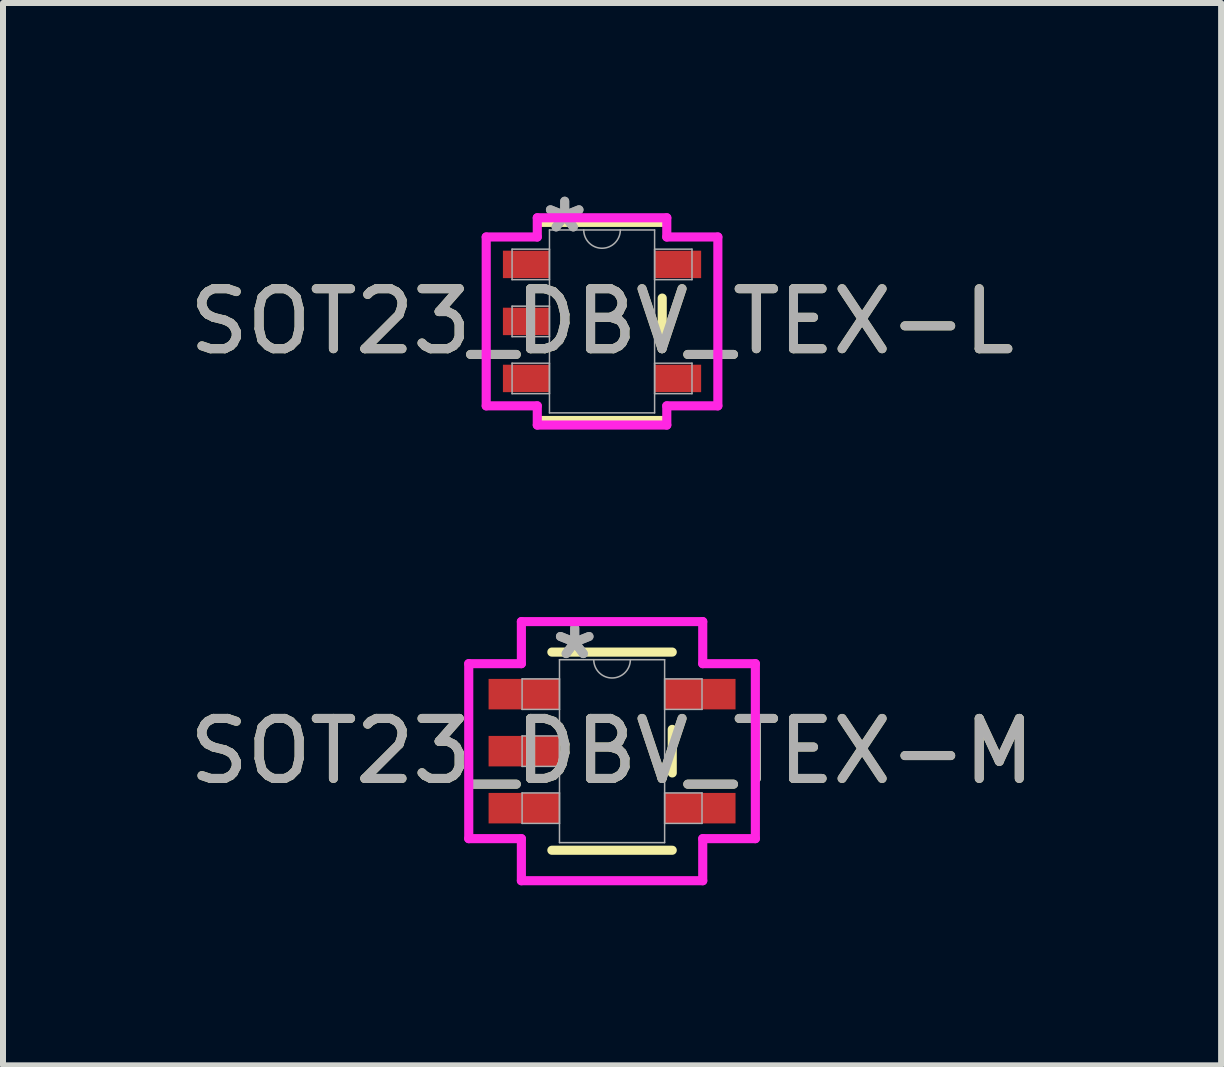
<source format=kicad_pcb>
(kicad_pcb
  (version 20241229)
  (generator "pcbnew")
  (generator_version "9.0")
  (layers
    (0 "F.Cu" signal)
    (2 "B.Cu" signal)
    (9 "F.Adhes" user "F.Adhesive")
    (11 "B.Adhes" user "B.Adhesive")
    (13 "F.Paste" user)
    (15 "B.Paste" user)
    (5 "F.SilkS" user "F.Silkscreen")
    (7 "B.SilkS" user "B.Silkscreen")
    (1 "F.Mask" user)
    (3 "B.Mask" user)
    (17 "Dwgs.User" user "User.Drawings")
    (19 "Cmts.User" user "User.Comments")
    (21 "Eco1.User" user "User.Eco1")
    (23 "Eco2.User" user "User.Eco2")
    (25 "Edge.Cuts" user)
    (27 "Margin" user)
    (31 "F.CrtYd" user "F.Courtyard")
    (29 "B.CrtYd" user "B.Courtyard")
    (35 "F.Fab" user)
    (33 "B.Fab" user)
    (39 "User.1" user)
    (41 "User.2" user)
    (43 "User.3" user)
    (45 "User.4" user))
  (footprint "SOT23_DBV_TEX-M"
    (layer "F.Cu")
    (at 7.149 9.467)
    (property "Reference" "SOT23_DBV_TEX-M" (at 0 0 0) (unlocked yes) (layer "F.SilkS") (effects (font (size 1 1) (thickness 0.15))))
    (attr smd)
    (fp_line (start -1.003 1.651) (end 1.003 1.651) (stroke (width 0.152) (type solid)) (layer "F.SilkS"))
    (fp_line (start 1.003 -1.651) (end -1.003 -1.651) (stroke (width 0.152) (type solid)) (layer "F.SilkS"))
    (fp_line (start 1.003 0.363) (end 1.003 -0.363) (stroke (width 0.152) (type solid)) (layer "F.SilkS"))
    (fp_line (start -2.388 -1.458) (end -1.511 -1.458) (stroke (width 0.152) (type solid)) (layer "F.CrtYd"))
    (fp_line (start -2.388 1.458) (end -2.388 -1.458) (stroke (width 0.152) (type solid)) (layer "F.CrtYd"))
    (fp_line (start -1.511 -2.159) (end 1.511 -2.159) (stroke (width 0.152) (type solid)) (layer "F.CrtYd"))
    (fp_line (start -1.511 -1.458) (end -1.511 -2.159) (stroke (width 0.152) (type solid)) (layer "F.CrtYd"))
    (fp_line (start -1.511 1.458) (end -2.388 1.458) (stroke (width 0.152) (type solid)) (layer "F.CrtYd"))
    (fp_line (start -1.511 2.159) (end -1.511 1.458) (stroke (width 0.152) (type solid)) (layer "F.CrtYd"))
    (fp_line (start 1.511 -2.159) (end 1.511 -1.458) (stroke (width 0.152) (type solid)) (layer "F.CrtYd"))
    (fp_line (start 1.511 -1.458) (end 2.388 -1.458) (stroke (width 0.152) (type solid)) (layer "F.CrtYd"))
    (fp_line (start 1.511 1.458) (end 1.511 2.159) (stroke (width 0.152) (type solid)) (layer "F.CrtYd"))
    (fp_line (start 1.511 2.159) (end -1.511 2.159) (stroke (width 0.152) (type solid)) (layer "F.CrtYd"))
    (fp_line (start 2.388 -1.458) (end 2.388 1.458) (stroke (width 0.152) (type solid)) (layer "F.CrtYd"))
    (fp_line (start 2.388 1.458) (end 1.511 1.458) (stroke (width 0.152) (type solid)) (layer "F.CrtYd"))
    (fp_line (start -1.499 -1.204) (end -1.499 -0.696) (stroke (width 0.025) (type solid)) (layer "F.Fab"))
    (fp_line (start -1.499 -0.696) (end -0.876 -0.696) (stroke (width 0.025) (type solid)) (layer "F.Fab"))
    (fp_line (start -1.499 -0.254) (end -1.499 0.254) (stroke (width 0.025) (type solid)) (layer "F.Fab"))
    (fp_line (start -1.499 0.254) (end -0.876 0.254) (stroke (width 0.025) (type solid)) (layer "F.Fab"))
    (fp_line (start -1.499 0.696) (end -1.499 1.204) (stroke (width 0.025) (type solid)) (layer "F.Fab"))
    (fp_line (start -1.499 1.204) (end -0.876 1.204) (stroke (width 0.025) (type solid)) (layer "F.Fab"))
    (fp_line (start -0.876 -1.524) (end -0.876 1.524) (stroke (width 0.025) (type solid)) (layer "F.Fab"))
    (fp_line (start -0.876 -1.204) (end -1.499 -1.204) (stroke (width 0.025) (type solid)) (layer "F.Fab"))
    (fp_line (start -0.876 -0.696) (end -0.876 -1.204) (stroke (width 0.025) (type solid)) (layer "F.Fab"))
    (fp_line (start -0.876 -0.254) (end -1.499 -0.254) (stroke (width 0.025) (type solid)) (layer "F.Fab"))
    (fp_line (start -0.876 0.254) (end -0.876 -0.254) (stroke (width 0.025) (type solid)) (layer "F.Fab"))
    (fp_line (start -0.876 0.696) (end -1.499 0.696) (stroke (width 0.025) (type solid)) (layer "F.Fab"))
    (fp_line (start -0.876 1.204) (end -0.876 0.696) (stroke (width 0.025) (type solid)) (layer "F.Fab"))
    (fp_line (start -0.876 1.524) (end 0.876 1.524) (stroke (width 0.025) (type solid)) (layer "F.Fab"))
    (fp_line (start 0.876 -1.524) (end -0.876 -1.524) (stroke (width 0.025) (type solid)) (layer "F.Fab"))
    (fp_line (start 0.876 -1.204) (end 0.876 -0.696) (stroke (width 0.025) (type solid)) (layer "F.Fab"))
    (fp_line (start 0.876 -0.696) (end 1.499 -0.696) (stroke (width 0.025) (type solid)) (layer "F.Fab"))
    (fp_line (start 0.876 0.696) (end 0.876 1.204) (stroke (width 0.025) (type solid)) (layer "F.Fab"))
    (fp_line (start 0.876 1.204) (end 1.499 1.204) (stroke (width 0.025) (type solid)) (layer "F.Fab"))
    (fp_line (start 0.876 1.524) (end 0.876 -1.524) (stroke (width 0.025) (type solid)) (layer "F.Fab"))
    (fp_line (start 1.499 -1.204) (end 0.876 -1.204) (stroke (width 0.025) (type solid)) (layer "F.Fab"))
    (fp_line (start 1.499 -0.696) (end 1.499 -1.204) (stroke (width 0.025) (type solid)) (layer "F.Fab"))
    (fp_line (start 1.499 0.696) (end 0.876 0.696) (stroke (width 0.025) (type solid)) (layer "F.Fab"))
    (fp_line (start 1.499 1.204) (end 1.499 0.696) (stroke (width 0.025) (type solid)) (layer "F.Fab"))
    (fp_arc (start 0.3048 -1.524) (mid 0 -1.2192) (end -0.3048 -1.524) (stroke (width 0.0254) (type solid)) (layer "F.Fab"))
    (fp_text user "*" (at -0.622 -1.509 0) (unlocked yes) (layer "F.Fab") (effects (font (size 1 1) (thickness 0.15))))
    (fp_text user "*" (at -0.622 -1.509 0) (layer "F.Fab") (effects (font (size 1 1) (thickness 0.15))))
    (fp_text user "${REFERENCE}" (at 0 0 0) (unlocked yes) (layer "F.Fab") (effects (font (size 1 1) (thickness 0.15))))
    (pad "1" smd rect (at -1.467 -0.95) (size 1.181 0.508) (layers "F.Cu" "F.Mask" "F.Paste"))
    (pad "2" smd rect (at -1.467 0) (size 1.181 0.508) (layers "F.Cu" "F.Mask" "F.Paste"))
    (pad "3" smd rect (at -1.467 0.95) (size 1.181 0.508) (layers "F.Cu" "F.Mask" "F.Paste"))
    (pad "4" smd rect (at 1.467 0.95) (size 1.181 0.508) (layers "F.Cu" "F.Mask" "F.Paste"))
    (pad "5" smd rect (at 1.467 -0.95) (size 1.181 0.508) (layers "F.Cu" "F.Mask" "F.Paste")))
  (footprint "SOT23_DBV_TEX-L"
    (layer "F.Cu")
    (at 6.982 2.306)
    (property "Reference" "SOT23_DBV_TEX-L" (at 0 0 0) (unlocked yes) (layer "F.SilkS") (effects (font (size 1 1) (thickness 0.15))))
    (attr smd)
    (fp_line (start -1.003 1.651) (end 1.003 1.651) (stroke (width 0.152) (type solid)) (layer "F.SilkS"))
    (fp_line (start 1.003 -1.651) (end -1.003 -1.651) (stroke (width 0.152) (type solid)) (layer "F.SilkS"))
    (fp_line (start 1.003 0.389) (end 1.003 -0.389) (stroke (width 0.152) (type solid)) (layer "F.SilkS"))
    (fp_line (start -1.93 -1.407) (end -1.079 -1.407) (stroke (width 0.152) (type solid)) (layer "F.CrtYd"))
    (fp_line (start -1.93 1.407) (end -1.93 -1.407) (stroke (width 0.152) (type solid)) (layer "F.CrtYd"))
    (fp_line (start -1.079 -1.727) (end 1.079 -1.727) (stroke (width 0.152) (type solid)) (layer "F.CrtYd"))
    (fp_line (start -1.079 -1.407) (end -1.079 -1.727) (stroke (width 0.152) (type solid)) (layer "F.CrtYd"))
    (fp_line (start -1.079 1.407) (end -1.93 1.407) (stroke (width 0.152) (type solid)) (layer "F.CrtYd"))
    (fp_line (start -1.079 1.727) (end -1.079 1.407) (stroke (width 0.152) (type solid)) (layer "F.CrtYd"))
    (fp_line (start 1.079 -1.727) (end 1.079 -1.407) (stroke (width 0.152) (type solid)) (layer "F.CrtYd"))
    (fp_line (start 1.079 -1.407) (end 1.93 -1.407) (stroke (width 0.152) (type solid)) (layer "F.CrtYd"))
    (fp_line (start 1.079 1.407) (end 1.079 1.727) (stroke (width 0.152) (type solid)) (layer "F.CrtYd"))
    (fp_line (start 1.079 1.727) (end -1.079 1.727) (stroke (width 0.152) (type solid)) (layer "F.CrtYd"))
    (fp_line (start 1.93 -1.407) (end 1.93 1.407) (stroke (width 0.152) (type solid)) (layer "F.CrtYd"))
    (fp_line (start 1.93 1.407) (end 1.079 1.407) (stroke (width 0.152) (type solid)) (layer "F.CrtYd"))
    (fp_line (start -1.499 -1.204) (end -1.499 -0.696) (stroke (width 0.025) (type solid)) (layer "F.Fab"))
    (fp_line (start -1.499 -0.696) (end -0.876 -0.696) (stroke (width 0.025) (type solid)) (layer "F.Fab"))
    (fp_line (start -1.499 -0.254) (end -1.499 0.254) (stroke (width 0.025) (type solid)) (layer "F.Fab"))
    (fp_line (start -1.499 0.254) (end -0.876 0.254) (stroke (width 0.025) (type solid)) (layer "F.Fab"))
    (fp_line (start -1.499 0.696) (end -1.499 1.204) (stroke (width 0.025) (type solid)) (layer "F.Fab"))
    (fp_line (start -1.499 1.204) (end -0.876 1.204) (stroke (width 0.025) (type solid)) (layer "F.Fab"))
    (fp_line (start -0.876 -1.524) (end -0.876 1.524) (stroke (width 0.025) (type solid)) (layer "F.Fab"))
    (fp_line (start -0.876 -1.204) (end -1.499 -1.204) (stroke (width 0.025) (type solid)) (layer "F.Fab"))
    (fp_line (start -0.876 -0.696) (end -0.876 -1.204) (stroke (width 0.025) (type solid)) (layer "F.Fab"))
    (fp_line (start -0.876 -0.254) (end -1.499 -0.254) (stroke (width 0.025) (type solid)) (layer "F.Fab"))
    (fp_line (start -0.876 0.254) (end -0.876 -0.254) (stroke (width 0.025) (type solid)) (layer "F.Fab"))
    (fp_line (start -0.876 0.696) (end -1.499 0.696) (stroke (width 0.025) (type solid)) (layer "F.Fab"))
    (fp_line (start -0.876 1.204) (end -0.876 0.696) (stroke (width 0.025) (type solid)) (layer "F.Fab"))
    (fp_line (start -0.876 1.524) (end 0.876 1.524) (stroke (width 0.025) (type solid)) (layer "F.Fab"))
    (fp_line (start 0.876 -1.524) (end -0.876 -1.524) (stroke (width 0.025) (type solid)) (layer "F.Fab"))
    (fp_line (start 0.876 -1.204) (end 0.876 -0.696) (stroke (width 0.025) (type solid)) (layer "F.Fab"))
    (fp_line (start 0.876 -0.696) (end 1.499 -0.696) (stroke (width 0.025) (type solid)) (layer "F.Fab"))
    (fp_line (start 0.876 0.696) (end 0.876 1.204) (stroke (width 0.025) (type solid)) (layer "F.Fab"))
    (fp_line (start 0.876 1.204) (end 1.499 1.204) (stroke (width 0.025) (type solid)) (layer "F.Fab"))
    (fp_line (start 0.876 1.524) (end 0.876 -1.524) (stroke (width 0.025) (type solid)) (layer "F.Fab"))
    (fp_line (start 1.499 -1.204) (end 0.876 -1.204) (stroke (width 0.025) (type solid)) (layer "F.Fab"))
    (fp_line (start 1.499 -0.696) (end 1.499 -1.204) (stroke (width 0.025) (type solid)) (layer "F.Fab"))
    (fp_line (start 1.499 0.696) (end 0.876 0.696) (stroke (width 0.025) (type solid)) (layer "F.Fab"))
    (fp_line (start 1.499 1.204) (end 1.499 0.696) (stroke (width 0.025) (type solid)) (layer "F.Fab"))
    (fp_arc (start 0.3048 -1.524) (mid 0 -1.2192) (end -0.3048 -1.524) (stroke (width 0.0254) (type solid)) (layer "F.Fab"))
    (fp_text user "${REFERENCE}" (at 0 0 0) (unlocked yes) (layer "F.Fab") (effects (font (size 1 1) (thickness 0.15))))
    (fp_text user "*" (at -0.622 -1.458 0) (unlocked yes) (layer "F.Fab") (effects (font (size 1 1) (thickness 0.15))))
    (fp_text user "*" (at -0.622 -1.458 0) (layer "F.Fab") (effects (font (size 1 1) (thickness 0.15))))
    (pad "1" smd rect (at -1.264 -0.95) (size 0.775 0.457) (layers "F.Cu" "F.Mask" "F.Paste"))
    (pad "2" smd rect (at -1.264 0) (size 0.775 0.457) (layers "F.Cu" "F.Mask" "F.Paste"))
    (pad "3" smd rect (at -1.264 0.95) (size 0.775 0.457) (layers "F.Cu" "F.Mask" "F.Paste"))
    (pad "4" smd rect (at 1.264 0.95) (size 0.775 0.457) (layers "F.Cu" "F.Mask" "F.Paste"))
    (pad "5" smd rect (at 1.264 -0.95) (size 0.775 0.457) (layers "F.Cu" "F.Mask" "F.Paste")))
  (gr_rect
    (start -3 -3)
    (end 17.298 14.702)
    (stroke (width 0.1) (type default))
    (fill no)
    (layer "Edge.Cuts")))
</source>
